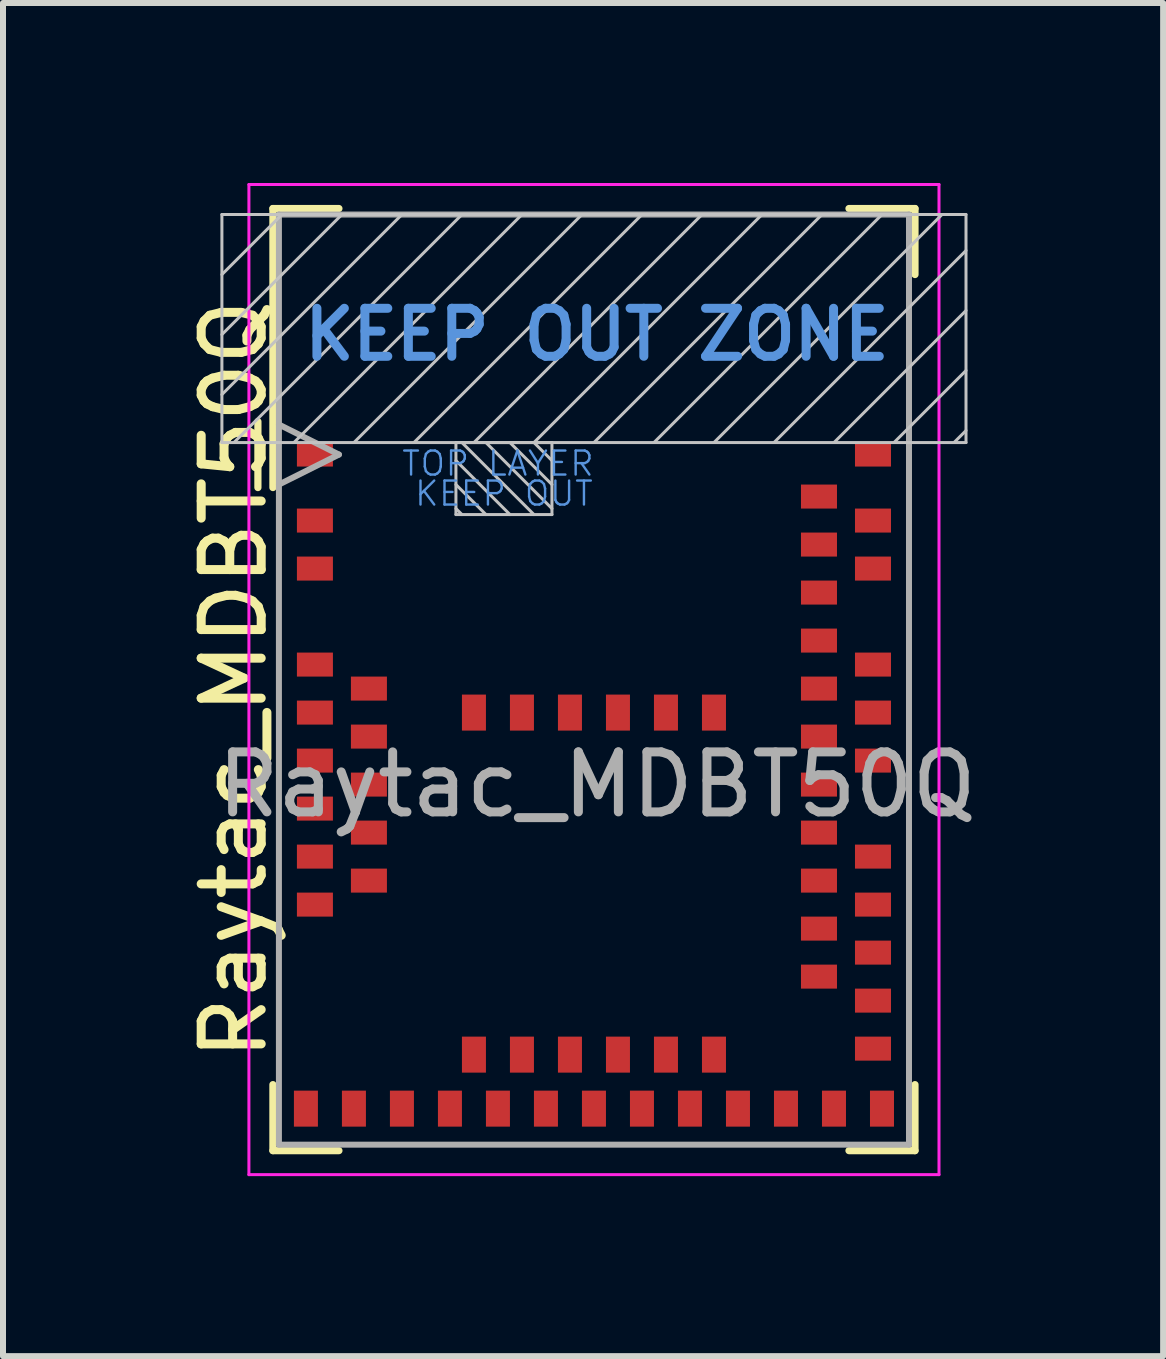
<source format=kicad_pcb>
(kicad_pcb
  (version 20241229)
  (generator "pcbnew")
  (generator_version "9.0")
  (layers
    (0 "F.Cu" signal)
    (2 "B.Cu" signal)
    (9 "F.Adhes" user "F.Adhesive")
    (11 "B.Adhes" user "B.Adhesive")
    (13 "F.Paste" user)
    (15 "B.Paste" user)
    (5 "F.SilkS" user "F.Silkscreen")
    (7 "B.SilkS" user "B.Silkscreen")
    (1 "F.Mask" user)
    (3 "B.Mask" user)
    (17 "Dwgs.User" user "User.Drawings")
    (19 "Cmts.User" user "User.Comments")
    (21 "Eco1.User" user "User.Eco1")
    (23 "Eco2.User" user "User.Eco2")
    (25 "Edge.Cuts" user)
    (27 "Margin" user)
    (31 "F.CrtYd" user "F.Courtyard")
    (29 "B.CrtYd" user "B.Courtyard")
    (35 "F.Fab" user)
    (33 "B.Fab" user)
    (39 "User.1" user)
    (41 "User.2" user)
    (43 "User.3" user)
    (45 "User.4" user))
  (footprint "Raytac_MDBT50Q"
    (layer "F.Cu")
    (at 6.848 8.275)
    (property "Reference" "Raytac_MDBT50Q" (at -6 0 270) (layer "F.SilkS") (effects (font (size 1 1) (thickness 0.15))))
    (attr smd)
    (fp_line (start -5.6 -4.3) (end -5.6 -3.2) (stroke (width 0.12) (type solid)) (layer "F.SilkS"))
    (fp_line (start -5.35 -7.85) (end -5.35 -3.2) (stroke (width 0.12) (type solid)) (layer "F.SilkS"))
    (fp_line (start -5.35 6.75) (end -5.35 7.85) (stroke (width 0.12) (type solid)) (layer "F.SilkS"))
    (fp_line (start -5.35 7.85) (end -4.25 7.85) (stroke (width 0.12) (type solid)) (layer "F.SilkS"))
    (fp_line (start -4.25 -7.85) (end -5.35 -7.85) (stroke (width 0.12) (type solid)) (layer "F.SilkS"))
    (fp_line (start 4.25 -7.85) (end 5.35 -7.85) (stroke (width 0.12) (type solid)) (layer "F.SilkS"))
    (fp_line (start 5.35 -7.85) (end 5.35 -6.75) (stroke (width 0.12) (type solid)) (layer "F.SilkS"))
    (fp_line (start 5.35 6.75) (end 5.35 7.85) (stroke (width 0.12) (type solid)) (layer "F.SilkS"))
    (fp_line (start 5.35 7.85) (end 4.25 7.85) (stroke (width 0.12) (type solid)) (layer "F.SilkS"))
    (fp_line (start -6.2 -7.75) (end 6.2 -7.75) (stroke (width 0.05) (type solid)) (layer "Dwgs.User"))
    (fp_line (start -6.2 -3.95) (end -6.2 -7.75) (stroke (width 0.05) (type solid)) (layer "Dwgs.User"))
    (fp_line (start -6.2 -3.95) (end 6.2 -3.95) (stroke (width 0.05) (type solid)) (layer "Dwgs.User"))
    (fp_line (start -5.2 -7.75) (end -6.2 -6.75) (stroke (width 0.05) (type solid)) (layer "Dwgs.User"))
    (fp_line (start -4.2 -7.75) (end -6.2 -5.75) (stroke (width 0.05) (type solid)) (layer "Dwgs.User"))
    (fp_line (start -4 -3.95) (end -0.2 -7.75) (stroke (width 0.05) (type solid)) (layer "Dwgs.User"))
    (fp_line (start -3.2 -7.75) (end -6.2 -4.75) (stroke (width 0.05) (type solid)) (layer "Dwgs.User"))
    (fp_line (start -2.3 -3.95) (end -2.3 -2.75) (stroke (width 0.05) (type solid)) (layer "Dwgs.User"))
    (fp_line (start -2.3 -3.95) (end -0.7 -3.95) (stroke (width 0.05) (type solid)) (layer "Dwgs.User"))
    (fp_line (start -2.3 -3.65) (end -1.4 -2.75) (stroke (width 0.05) (type solid)) (layer "Dwgs.User"))
    (fp_line (start -2.3 -3.25) (end -1.8 -2.75) (stroke (width 0.05) (type solid)) (layer "Dwgs.User"))
    (fp_line (start -2.3 -2.85) (end -2.2 -2.75) (stroke (width 0.05) (type solid)) (layer "Dwgs.User"))
    (fp_line (start -2.2 -7.75) (end -6 -3.95) (stroke (width 0.05) (type solid)) (layer "Dwgs.User"))
    (fp_line (start -2.2 -3.95) (end -1 -2.75) (stroke (width 0.05) (type solid)) (layer "Dwgs.User"))
    (fp_line (start -2 -3.95) (end 1.8 -7.75) (stroke (width 0.05) (type solid)) (layer "Dwgs.User"))
    (fp_line (start -1.8 -3.95) (end -0.7 -2.85) (stroke (width 0.05) (type solid)) (layer "Dwgs.User"))
    (fp_line (start -1.4 -3.95) (end -0.7 -3.25) (stroke (width 0.05) (type solid)) (layer "Dwgs.User"))
    (fp_line (start -1.2 -7.75) (end -5 -3.95) (stroke (width 0.05) (type solid)) (layer "Dwgs.User"))
    (fp_line (start -1 -3.95) (end -0.7 -3.65) (stroke (width 0.05) (type solid)) (layer "Dwgs.User"))
    (fp_line (start -0.7 -3.95) (end -0.7 -2.75) (stroke (width 0.05) (type solid)) (layer "Dwgs.User"))
    (fp_line (start -0.7 -2.75) (end -2.3 -2.75) (stroke (width 0.05) (type solid)) (layer "Dwgs.User"))
    (fp_line (start 0.8 -7.75) (end -3 -3.95) (stroke (width 0.05) (type solid)) (layer "Dwgs.User"))
    (fp_line (start 2.8 -7.75) (end -1 -3.95) (stroke (width 0.05) (type solid)) (layer "Dwgs.User"))
    (fp_line (start 3.8 -7.75) (end 0 -3.95) (stroke (width 0.05) (type solid)) (layer "Dwgs.User"))
    (fp_line (start 4 -3.95) (end 6.2 -6.15) (stroke (width 0.05) (type solid)) (layer "Dwgs.User"))
    (fp_line (start 4.8 -7.75) (end 1 -3.95) (stroke (width 0.05) (type solid)) (layer "Dwgs.User"))
    (fp_line (start 5 -3.95) (end 6.2 -5.15) (stroke (width 0.05) (type solid)) (layer "Dwgs.User"))
    (fp_line (start 5.8 -7.75) (end 2 -3.95) (stroke (width 0.05) (type solid)) (layer "Dwgs.User"))
    (fp_line (start 6 -3.95) (end 6.2 -4.15) (stroke (width 0.05) (type solid)) (layer "Dwgs.User"))
    (fp_line (start 6.2 -7.75) (end 6.2 -3.95) (stroke (width 0.05) (type solid)) (layer "Dwgs.User"))
    (fp_line (start 6.2 -7.15) (end 3 -3.95) (stroke (width 0.05) (type solid)) (layer "Dwgs.User"))
    (fp_line (start -5.75 -8.25) (end -5.75 8.25) (stroke (width 0.05) (type solid)) (layer "F.CrtYd"))
    (fp_line (start -5.75 -8.25) (end 5.75 -8.25) (stroke (width 0.05) (type solid)) (layer "F.CrtYd"))
    (fp_line (start -5.75 8.25) (end 5.75 8.25) (stroke (width 0.05) (type solid)) (layer "F.CrtYd"))
    (fp_line (start 5.75 -8.25) (end 5.75 8.25) (stroke (width 0.05) (type solid)) (layer "F.CrtYd"))
    (fp_line (start -5.25 -7.75) (end 5.25 -7.75) (stroke (width 0.1) (type solid)) (layer "F.Fab"))
    (fp_line (start -5.25 7.75) (end -5.25 -7.75) (stroke (width 0.1) (type solid)) (layer "F.Fab"))
    (fp_line (start -4.25 -3.75) (end -5.25 -4.25) (stroke (width 0.1) (type solid)) (layer "F.Fab"))
    (fp_line (start -4.25 -3.75) (end -5.25 -3.25) (stroke (width 0.1) (type solid)) (layer "F.Fab"))
    (fp_line (start 5.25 -7.75) (end 5.25 7.75) (stroke (width 0.1) (type solid)) (layer "F.Fab"))
    (fp_line (start 5.25 7.75) (end -5.25 7.75) (stroke (width 0.1) (type solid)) (layer "F.Fab"))
    (fp_text user "TOP LAYER" (at -1.6 -3.6 0) (layer "Cmts.User") (effects (font (size 0.4 0.4) (thickness 0.04))))
    (fp_text user "KEEP OUT ZONE" (at 0.05 -5.75 0) (layer "Cmts.User") (effects (font (size 0.8 0.8) (thickness 0.15))))
    (fp_text user "KEEP OUT" (at -1.5 -3.1 0) (layer "Cmts.User") (effects (font (size 0.4 0.4) (thickness 0.04))))
    (fp_text user "${REFERENCE}" (at 0.05 1.75 0) (layer "F.Fab") (effects (font (size 1 1) (thickness 0.15))))
    (pad "1" smd rect (at -4.65 -3.75) (size 0.6 0.4) (layers "F.Cu" "F.Mask" "F.Paste"))
    (pad "2" smd rect (at -4.65 -2.65) (size 0.6 0.4) (layers "F.Cu" "F.Mask" "F.Paste"))
    (pad "3" smd rect (at -4.65 -1.85) (size 0.6 0.4) (layers "F.Cu" "F.Mask" "F.Paste"))
    (pad "4" smd rect (at -4.65 -0.25) (size 0.6 0.4) (layers "F.Cu" "F.Mask" "F.Paste"))
    (pad "5" smd rect (at -3.75 0.15) (size 0.6 0.4) (layers "F.Cu" "F.Mask" "F.Paste"))
    (pad "6" smd rect (at -4.65 0.55) (size 0.6 0.4) (layers "F.Cu" "F.Mask" "F.Paste"))
    (pad "7" smd rect (at -3.75 0.95) (size 0.6 0.4) (layers "F.Cu" "F.Mask" "F.Paste"))
    (pad "8" smd rect (at -4.65 1.35) (size 0.6 0.4) (layers "F.Cu" "F.Mask" "F.Paste"))
    (pad "9" smd rect (at -3.75 1.75) (size 0.6 0.4) (layers "F.Cu" "F.Mask" "F.Paste"))
    (pad "10" smd rect (at -4.65 2.15) (size 0.6 0.4) (layers "F.Cu" "F.Mask" "F.Paste"))
    (pad "11" smd rect (at -3.75 2.55) (size 0.6 0.4) (layers "F.Cu" "F.Mask" "F.Paste"))
    (pad "12" smd rect (at -4.65 2.95) (size 0.6 0.4) (layers "F.Cu" "F.Mask" "F.Paste"))
    (pad "13" smd rect (at -3.75 3.35) (size 0.6 0.4) (layers "F.Cu" "F.Mask" "F.Paste"))
    (pad "14" smd rect (at -4.65 3.75) (size 0.6 0.4) (layers "F.Cu" "F.Mask" "F.Paste"))
    (pad "15" smd rect (at -4.8 7.15 90) (size 0.6 0.4) (layers "F.Cu" "F.Mask" "F.Paste"))
    (pad "16" smd rect (at -4 7.15 90) (size 0.6 0.4) (layers "F.Cu" "F.Mask" "F.Paste"))
    (pad "17" smd rect (at -3.2 7.15 90) (size 0.6 0.4) (layers "F.Cu" "F.Mask" "F.Paste"))
    (pad "18" smd rect (at -2.4 7.15 90) (size 0.6 0.4) (layers "F.Cu" "F.Mask" "F.Paste"))
    (pad "19" smd rect (at -2 6.25 90) (size 0.6 0.4) (layers "F.Cu" "F.Mask" "F.Paste"))
    (pad "20" smd rect (at -1.6 7.15 90) (size 0.6 0.4) (layers "F.Cu" "F.Mask" "F.Paste"))
    (pad "21" smd rect (at -1.2 6.25 90) (size 0.6 0.4) (layers "F.Cu" "F.Mask" "F.Paste"))
    (pad "22" smd rect (at -0.8 7.15 90) (size 0.6 0.4) (layers "F.Cu" "F.Mask" "F.Paste"))
    (pad "23" smd rect (at -0.4 6.25 90) (size 0.6 0.4) (layers "F.Cu" "F.Mask" "F.Paste"))
    (pad "24" smd rect (at 0 7.15 90) (size 0.6 0.4) (layers "F.Cu" "F.Mask" "F.Paste"))
    (pad "25" smd rect (at 0.4 6.25 90) (size 0.6 0.4) (layers "F.Cu" "F.Mask" "F.Paste"))
    (pad "26" smd rect (at 0.8 7.15 90) (size 0.6 0.4) (layers "F.Cu" "F.Mask" "F.Paste"))
    (pad "27" smd rect (at 1.2 6.25 90) (size 0.6 0.4) (layers "F.Cu" "F.Mask" "F.Paste"))
    (pad "28" smd rect (at 1.6 7.15 90) (size 0.6 0.4) (layers "F.Cu" "F.Mask" "F.Paste"))
    (pad "29" smd rect (at 2 6.25 90) (size 0.6 0.4) (layers "F.Cu" "F.Mask" "F.Paste"))
    (pad "30" smd rect (at 2.4 7.15 90) (size 0.6 0.4) (layers "F.Cu" "F.Mask" "F.Paste"))
    (pad "31" smd rect (at 3.2 7.15 90) (size 0.6 0.4) (layers "F.Cu" "F.Mask" "F.Paste"))
    (pad "32" smd rect (at 4 7.15 90) (size 0.6 0.4) (layers "F.Cu" "F.Mask" "F.Paste"))
    (pad "33" smd rect (at 4.8 7.15 90) (size 0.6 0.4) (layers "F.Cu" "F.Mask" "F.Paste"))
    (pad "34" smd rect (at 4.65 6.15) (size 0.6 0.4) (layers "F.Cu" "F.Mask" "F.Paste"))
    (pad "35" smd rect (at 4.65 5.35) (size 0.6 0.4) (layers "F.Cu" "F.Mask" "F.Paste"))
    (pad "36" smd rect (at 3.75 4.95) (size 0.6 0.4) (layers "F.Cu" "F.Mask" "F.Paste"))
    (pad "37" smd rect (at 4.65 4.55) (size 0.6 0.4) (layers "F.Cu" "F.Mask" "F.Paste"))
    (pad "38" smd rect (at 3.75 4.15) (size 0.6 0.4) (layers "F.Cu" "F.Mask" "F.Paste"))
    (pad "39" smd rect (at 4.65 3.75) (size 0.6 0.4) (layers "F.Cu" "F.Mask" "F.Paste"))
    (pad "40" smd rect (at 3.75 3.35) (size 0.6 0.4) (layers "F.Cu" "F.Mask" "F.Paste"))
    (pad "41" smd rect (at 4.65 2.95) (size 0.6 0.4) (layers "F.Cu" "F.Mask" "F.Paste"))
    (pad "42" smd rect (at 3.75 2.55) (size 0.6 0.4) (layers "F.Cu" "F.Mask" "F.Paste"))
    (pad "43" smd rect (at 3.75 1.75) (size 0.6 0.4) (layers "F.Cu" "F.Mask" "F.Paste"))
    (pad "44" smd rect (at 4.65 1.35) (size 0.6 0.4) (layers "F.Cu" "F.Mask" "F.Paste"))
    (pad "45" smd rect (at 3.75 0.95) (size 0.6 0.4) (layers "F.Cu" "F.Mask" "F.Paste"))
    (pad "46" smd rect (at 4.65 0.55) (size 0.6 0.4) (layers "F.Cu" "F.Mask" "F.Paste"))
    (pad "47" smd rect (at 3.75 0.15) (size 0.6 0.4) (layers "F.Cu" "F.Mask" "F.Paste"))
    (pad "48" smd rect (at 4.65 -0.25) (size 0.6 0.4) (layers "F.Cu" "F.Mask" "F.Paste"))
    (pad "49" smd rect (at 3.75 -0.65) (size 0.6 0.4) (layers "F.Cu" "F.Mask" "F.Paste"))
    (pad "50" smd rect (at 3.75 -1.45) (size 0.6 0.4) (layers "F.Cu" "F.Mask" "F.Paste"))
    (pad "51" smd rect (at 4.65 -1.85) (size 0.6 0.4) (layers "F.Cu" "F.Mask" "F.Paste"))
    (pad "52" smd rect (at 3.75 -2.25) (size 0.6 0.4) (layers "F.Cu" "F.Mask" "F.Paste"))
    (pad "53" smd rect (at 4.65 -2.65) (size 0.6 0.4) (layers "F.Cu" "F.Mask" "F.Paste"))
    (pad "54" smd rect (at 3.75 -3.05) (size 0.6 0.4) (layers "F.Cu" "F.Mask" "F.Paste"))
    (pad "55" smd rect (at 4.65 -3.75) (size 0.6 0.4) (layers "F.Cu" "F.Mask" "F.Paste"))
    (pad "56" smd rect (at -2 0.55 90) (size 0.6 0.4) (layers "F.Cu" "F.Mask" "F.Paste"))
    (pad "57" smd rect (at -1.2 0.55 90) (size 0.6 0.4) (layers "F.Cu" "F.Mask" "F.Paste"))
    (pad "58" smd rect (at -0.4 0.55 90) (size 0.6 0.4) (layers "F.Cu" "F.Mask" "F.Paste"))
    (pad "59" smd rect (at 0.4 0.55 90) (size 0.6 0.4) (layers "F.Cu" "F.Mask" "F.Paste"))
    (pad "60" smd rect (at 1.2 0.55 90) (size 0.6 0.4) (layers "F.Cu" "F.Mask" "F.Paste"))
    (pad "61" smd rect (at 2 0.55 90) (size 0.6 0.4) (layers "F.Cu" "F.Mask" "F.Paste")))
  (gr_rect
    (start -3 -3)
    (end 16.333 19.55)
    (stroke (width 0.1) (type default))
    (fill no)
    (layer "Edge.Cuts")))
</source>
